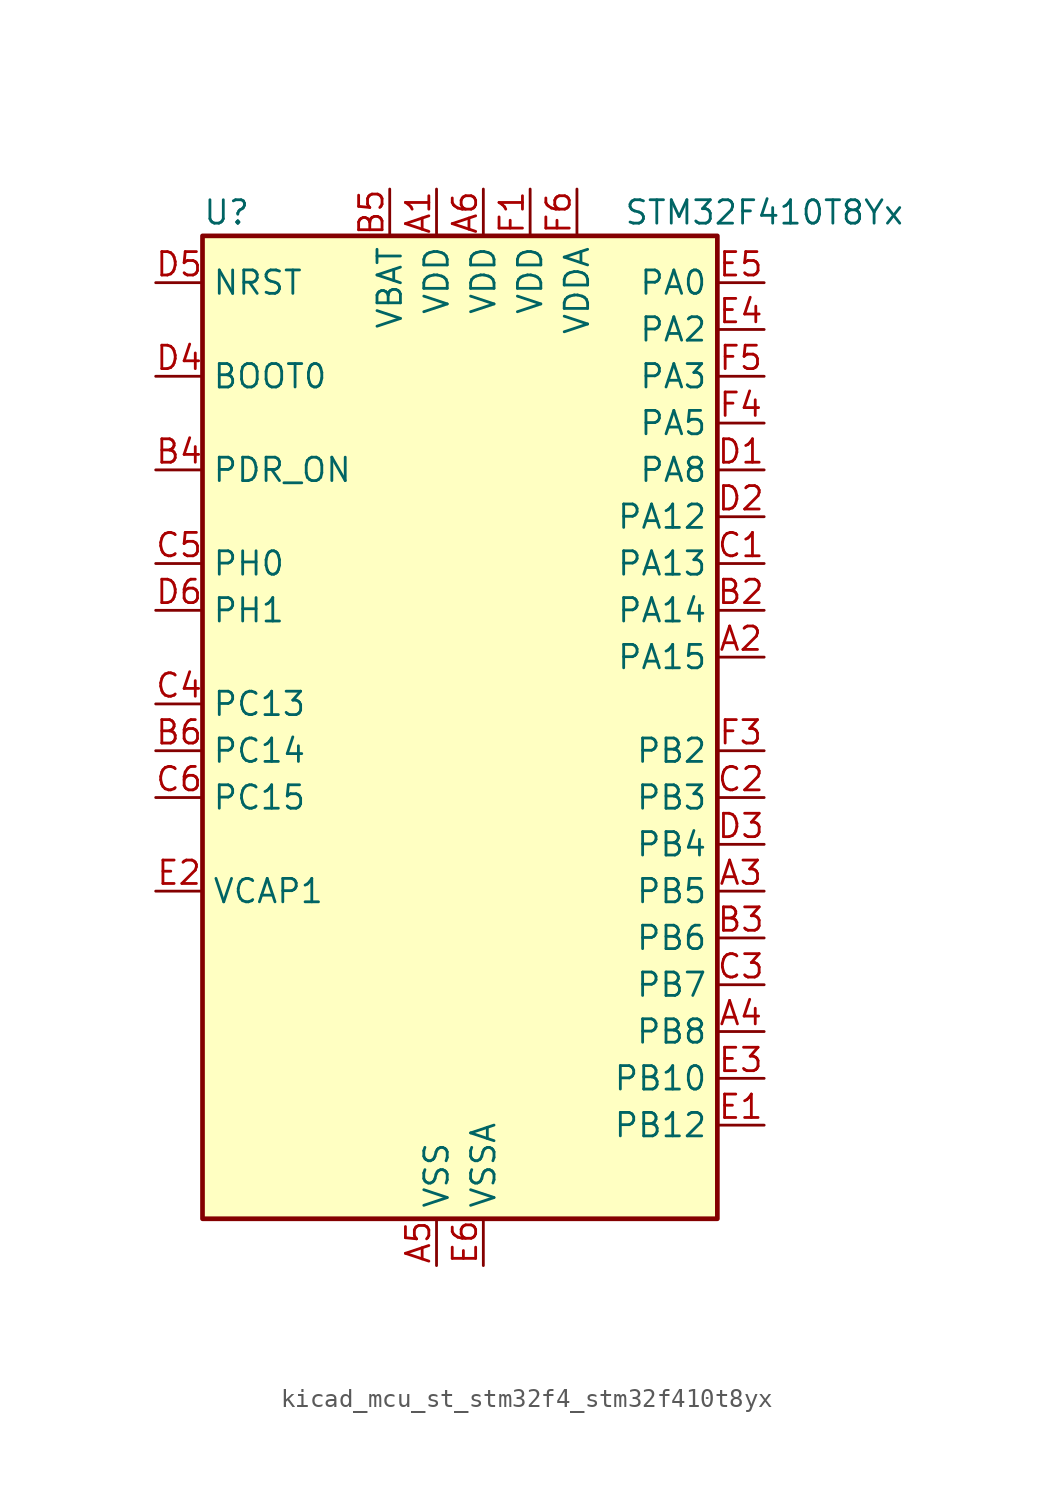
<source format=kicad_sym>
(kicad_symbol_lib
  (version 20220914)
  (generator kicad_symbol_editor)
  (symbol "kicad_mcu_st_stm32f4_stm32f410t8yx"
    (property "Reference" "U"
      (at -12.7 29.21 0)
      (effects (font (size 1.27 1.27)) (justify left)))
    (property "Value" "STM32F410T8Yx"
      (at 10.16 29.21 0)
      (effects (font (size 1.27 1.27)) (justify left)))
    (property "ki_locked" ""
      (at 0 0 0)
      (effects (font (size 1.27 1.27))))
    (symbol "kicad_mcu_st_stm32f4_stm32f410t8yx_0_1"
      (rectangle (start -12.7 -25.4) (end 15.24 27.94) (stroke (width 0.254) (type default)) (fill (type background))))
    (symbol "kicad_mcu_st_stm32f4_stm32f410t8yx_1_1"
      (pin power_in line (at 0 30.48 270) (length 2.54) (name "VDD" (effects (font (size 1.27 1.27)))) (number "A1" (effects (font (size 1.27 1.27)))))
      (pin bidirectional line (at 17.78 5.08 180) (length 2.54) (name "PA15" (effects (font (size 1.27 1.27)))) (number "A2" (effects (font (size 1.27 1.27)))) (alternate "ADC1_EXTI15" bidirectional line) (alternate "I2S1_WS" bidirectional line) (alternate "SPI1_NSS" bidirectional line) (alternate "SYS_JTDI" bidirectional line) (alternate "USART1_TX" bidirectional line))
      (pin bidirectional line (at 17.78 -7.62 180) (length 2.54) (name "PB5" (effects (font (size 1.27 1.27)))) (number "A3" (effects (font (size 1.27 1.27)))) (alternate "I2C1_SMBA" bidirectional line) (alternate "I2S1_SD" bidirectional line) (alternate "LPTIM1_IN1" bidirectional line) (alternate "SPI1_MOSI" bidirectional line))
      (pin bidirectional line (at 17.78 -15.24 180) (length 2.54) (name "PB8" (effects (font (size 1.27 1.27)))) (number "A4" (effects (font (size 1.27 1.27)))) (alternate "I2C1_SCL" bidirectional line) (alternate "LPTIM1_OUT" bidirectional line))
      (pin power_in line (at 0 -27.94 90) (length 2.54) (name "VSS" (effects (font (size 1.27 1.27)))) (number "A5" (effects (font (size 1.27 1.27)))))
      (pin power_in line (at 2.54 30.48 270) (length 2.54) (name "VDD" (effects (font (size 1.27 1.27)))) (number "A6" (effects (font (size 1.27 1.27)))))
      (pin passive line (at 0 -27.94 90) (length 2.54) hide (name "VSS" (effects (font (size 1.27 1.27)))) (number "B1" (effects (font (size 1.27 1.27)))))
      (pin bidirectional line (at 17.78 7.62 180) (length 2.54) (name "PA14" (effects (font (size 1.27 1.27)))) (number "B2" (effects (font (size 1.27 1.27)))) (alternate "SYS_JTCK-SWCLK" bidirectional line))
      (pin bidirectional line (at 17.78 -10.16 180) (length 2.54) (name "PB6" (effects (font (size 1.27 1.27)))) (number "B3" (effects (font (size 1.27 1.27)))) (alternate "I2C1_SCL" bidirectional line) (alternate "LPTIM1_ETR" bidirectional line) (alternate "USART1_TX" bidirectional line))
      (pin input line (at -15.24 15.24 0) (length 2.54) (name "PDR_ON" (effects (font (size 1.27 1.27)))) (number "B4" (effects (font (size 1.27 1.27)))))
      (pin power_in line (at -2.54 30.48 270) (length 2.54) (name "VBAT" (effects (font (size 1.27 1.27)))) (number "B5" (effects (font (size 1.27 1.27)))))
      (pin bidirectional line (at -15.24 0 0) (length 2.54) (name "PC14" (effects (font (size 1.27 1.27)))) (number "B6" (effects (font (size 1.27 1.27)))) (alternate "RCC_OSC32_IN" bidirectional line))
      (pin bidirectional line (at 17.78 10.16 180) (length 2.54) (name "PA13" (effects (font (size 1.27 1.27)))) (number "C1" (effects (font (size 1.27 1.27)))) (alternate "SYS_JTMS-SWDIO" bidirectional line))
      (pin bidirectional line (at 17.78 -2.54 180) (length 2.54) (name "PB3" (effects (font (size 1.27 1.27)))) (number "C2" (effects (font (size 1.27 1.27)))) (alternate "FMPI2C1_SDA" bidirectional line) (alternate "I2C2_SDA" bidirectional line) (alternate "I2S1_CK" bidirectional line) (alternate "SPI1_SCK" bidirectional line) (alternate "SYS_JTDO-SWO" bidirectional line) (alternate "USART1_RX" bidirectional line))
      (pin bidirectional line (at 17.78 -12.7 180) (length 2.54) (name "PB7" (effects (font (size 1.27 1.27)))) (number "C3" (effects (font (size 1.27 1.27)))) (alternate "I2C1_SDA" bidirectional line) (alternate "LPTIM1_IN2" bidirectional line) (alternate "USART1_RX" bidirectional line))
      (pin bidirectional line (at -15.24 2.54 0) (length 2.54) (name "PC13" (effects (font (size 1.27 1.27)))) (number "C4" (effects (font (size 1.27 1.27)))) (alternate "RTC_AF1" bidirectional line))
      (pin bidirectional line (at -15.24 10.16 0) (length 2.54) (name "PH0" (effects (font (size 1.27 1.27)))) (number "C5" (effects (font (size 1.27 1.27)))) (alternate "RCC_OSC_IN" bidirectional line))
      (pin bidirectional line (at -15.24 -2.54 0) (length 2.54) (name "PC15" (effects (font (size 1.27 1.27)))) (number "C6" (effects (font (size 1.27 1.27)))) (alternate "ADC1_EXTI15" bidirectional line) (alternate "RCC_OSC32_OUT" bidirectional line))
      (pin bidirectional line (at 17.78 15.24 180) (length 2.54) (name "PA8" (effects (font (size 1.27 1.27)))) (number "D1" (effects (font (size 1.27 1.27)))) (alternate "FMPI2C1_SCL" bidirectional line) (alternate "RCC_MCO_1" bidirectional line) (alternate "TIM1_CH1" bidirectional line) (alternate "USART1_CK" bidirectional line))
      (pin bidirectional line (at 17.78 12.7 180) (length 2.54) (name "PA12" (effects (font (size 1.27 1.27)))) (number "D2" (effects (font (size 1.27 1.27)))) (alternate "TIM1_ETR" bidirectional line) (alternate "USART1_RTS" bidirectional line))
      (pin bidirectional line (at 17.78 -5.08 180) (length 2.54) (name "PB4" (effects (font (size 1.27 1.27)))) (number "D3" (effects (font (size 1.27 1.27)))) (alternate "SPI1_MISO" bidirectional line) (alternate "SYS_JTRST" bidirectional line))
      (pin input line (at -15.24 20.32 0) (length 2.54) (name "BOOT0" (effects (font (size 1.27 1.27)))) (number "D4" (effects (font (size 1.27 1.27)))))
      (pin input line (at -15.24 25.4 0) (length 2.54) (name "NRST" (effects (font (size 1.27 1.27)))) (number "D5" (effects (font (size 1.27 1.27)))))
      (pin bidirectional line (at -15.24 7.62 0) (length 2.54) (name "PH1" (effects (font (size 1.27 1.27)))) (number "D6" (effects (font (size 1.27 1.27)))) (alternate "RCC_OSC_OUT" bidirectional line))
      (pin bidirectional line (at 17.78 -20.32 180) (length 2.54) (name "PB12" (effects (font (size 1.27 1.27)))) (number "E1" (effects (font (size 1.27 1.27)))) (alternate "I2C2_SMBA" bidirectional line) (alternate "TIM1_BKIN" bidirectional line) (alternate "TIM5_CH1" bidirectional line))
      (pin power_out line (at -15.24 -7.62 0) (length 2.54) (name "VCAP1" (effects (font (size 1.27 1.27)))) (number "E2" (effects (font (size 1.27 1.27)))))
      (pin bidirectional line (at 17.78 -17.78 180) (length 2.54) (name "PB10" (effects (font (size 1.27 1.27)))) (number "E3" (effects (font (size 1.27 1.27)))) (alternate "FMPI2C1_SCL" bidirectional line) (alternate "I2C2_SCL" bidirectional line) (alternate "I2S1_MCK" bidirectional line))
      (pin bidirectional line (at 17.78 22.86 180) (length 2.54) (name "PA2" (effects (font (size 1.27 1.27)))) (number "E4" (effects (font (size 1.27 1.27)))) (alternate "ADC1_IN2" bidirectional line) (alternate "I2S_CKIN" bidirectional line) (alternate "TIM5_CH3" bidirectional line) (alternate "TIM9_CH1" bidirectional line) (alternate "USART2_TX" bidirectional line))
      (pin bidirectional line (at 17.78 25.4 180) (length 2.54) (name "PA0" (effects (font (size 1.27 1.27)))) (number "E5" (effects (font (size 1.27 1.27)))) (alternate "ADC1_IN0" bidirectional line) (alternate "SYS_WKUP1" bidirectional line) (alternate "TIM5_CH1" bidirectional line) (alternate "USART2_CTS" bidirectional line))
      (pin power_in line (at 2.54 -27.94 90) (length 2.54) (name "VSSA" (effects (font (size 1.27 1.27)))) (number "E6" (effects (font (size 1.27 1.27)))))
      (pin power_in line (at 5.08 30.48 270) (length 2.54) (name "VDD" (effects (font (size 1.27 1.27)))) (number "F1" (effects (font (size 1.27 1.27)))))
      (pin passive line (at 0 -27.94 90) (length 2.54) hide (name "VSS" (effects (font (size 1.27 1.27)))) (number "F2" (effects (font (size 1.27 1.27)))))
      (pin bidirectional line (at 17.78 0 180) (length 2.54) (name "PB2" (effects (font (size 1.27 1.27)))) (number "F3" (effects (font (size 1.27 1.27)))) (alternate "LPTIM1_OUT" bidirectional line))
      (pin bidirectional line (at 17.78 17.78 180) (length 2.54) (name "PA5" (effects (font (size 1.27 1.27)))) (number "F4" (effects (font (size 1.27 1.27)))) (alternate "ADC1_IN5" bidirectional line) (alternate "DAC_OUT1" bidirectional line) (alternate "I2S1_CK" bidirectional line) (alternate "SPI1_SCK" bidirectional line))
      (pin bidirectional line (at 17.78 20.32 180) (length 2.54) (name "PA3" (effects (font (size 1.27 1.27)))) (number "F5" (effects (font (size 1.27 1.27)))) (alternate "ADC1_IN3" bidirectional line) (alternate "TIM5_CH4" bidirectional line) (alternate "TIM9_CH2" bidirectional line) (alternate "USART2_RX" bidirectional line))
      (pin power_in line (at 7.62 30.48 270) (length 2.54) (name "VDDA" (effects (font (size 1.27 1.27)))) (number "F6" (effects (font (size 1.27 1.27))))))))
</source>
